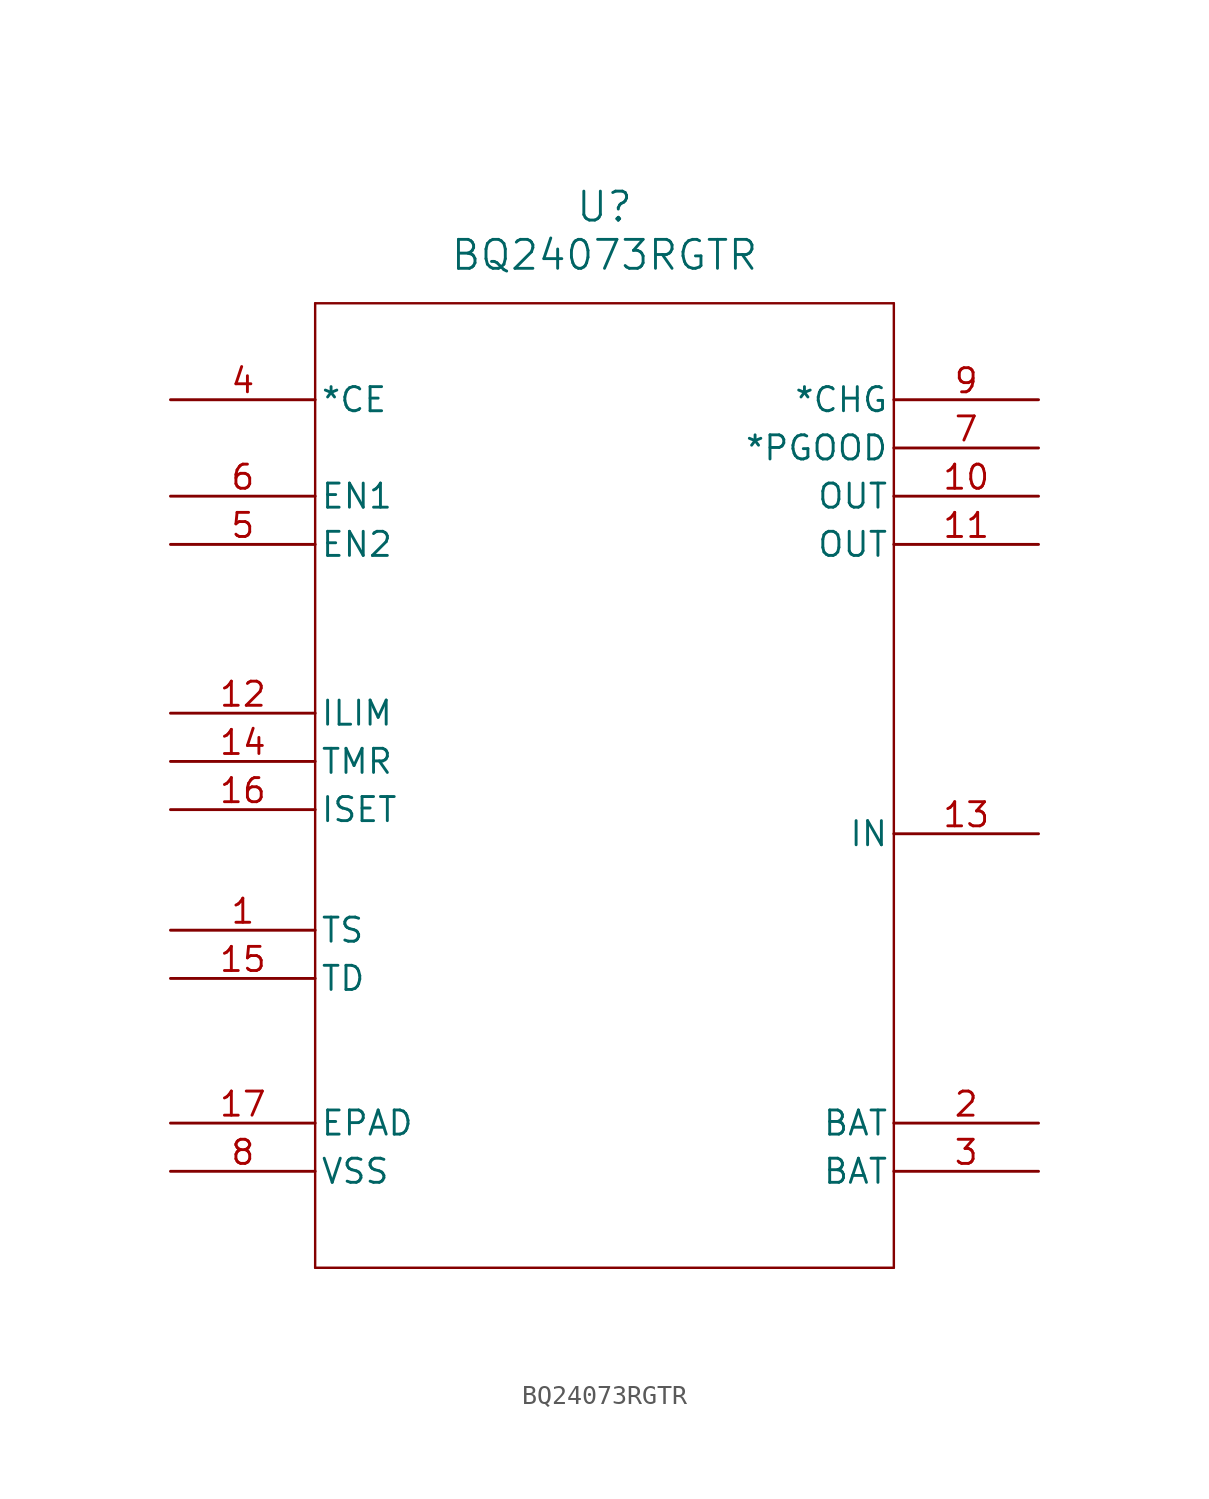
<source format=kicad_sym>
(kicad_symbol_lib
  (version 20241209)
  (generator "kicad_symbol_editor")
  (generator_version "9.0")
  (symbol "BQ24073RGTR"
    (pin_names
      (offset 0.254))
    (property "Reference" "U"
      (at 22.86 10.16 0)
      (effects (font (size 1.524 1.524))))
    (property "Value" "BQ24073RGTR"
      (at 22.86 7.62 0)
      (effects (font (size 1.524 1.524))))
    (symbol "BQ24073RGTR_0_1"
      (polyline (pts (xy 7.62 5.08) (xy 7.62 -45.72)) (stroke (width 0.127) (type default)) (fill (type none)))
      (polyline (pts (xy 7.62 -45.72) (xy 38.1 -45.72)) (stroke (width 0.127) (type default)) (fill (type none)))
      (polyline (pts (xy 38.1 5.08) (xy 7.62 5.08)) (stroke (width 0.127) (type default)) (fill (type none)))
      (polyline (pts (xy 38.1 -45.72) (xy 38.1 5.08)) (stroke (width 0.127) (type default)) (fill (type none)))
      (pin input line (at 0 0 0) (length 7.62) (name "*CE" (effects (font (size 1.27 1.27)))) (number "4" (effects (font (size 1.27 1.27)))))
      (pin input line (at 0 -5.08 0) (length 7.62) (name "EN1" (effects (font (size 1.27 1.27)))) (number "6" (effects (font (size 1.27 1.27)))))
      (pin input line (at 0 -7.62 0) (length 7.62) (name "EN2" (effects (font (size 1.27 1.27)))) (number "5" (effects (font (size 1.27 1.27)))))
      (pin input line (at 0 -16.51 0) (length 7.62) (name "ILIM" (effects (font (size 1.27 1.27)))) (number "12" (effects (font (size 1.27 1.27)))))
      (pin input line (at 0 -19.05 0) (length 7.62) (name "TMR" (effects (font (size 1.27 1.27)))) (number "14" (effects (font (size 1.27 1.27)))))
      (pin bidirectional line (at 0 -21.59 0) (length 7.62) (name "ISET" (effects (font (size 1.27 1.27)))) (number "16" (effects (font (size 1.27 1.27)))))
      (pin input line (at 0 -27.94 0) (length 7.62) (name "TS" (effects (font (size 1.27 1.27)))) (number "1" (effects (font (size 1.27 1.27)))))
      (pin input line (at 0 -30.48 0) (length 7.62) (name "TD" (effects (font (size 1.27 1.27)))) (number "15" (effects (font (size 1.27 1.27)))))
      (pin power_out line (at 0 -38.1 0) (length 7.62) (name "EPAD" (effects (font (size 1.27 1.27)))) (number "17" (effects (font (size 1.27 1.27)))))
      (pin power_out line (at 0 -40.64 0) (length 7.62) (name "VSS" (effects (font (size 1.27 1.27)))) (number "8" (effects (font (size 1.27 1.27)))))
      (pin output line (at 45.72 0 180) (length 7.62) (name "*CHG" (effects (font (size 1.27 1.27)))) (number "9" (effects (font (size 1.27 1.27)))))
      (pin output line (at 45.72 -2.54 180) (length 7.62) (name "*PGOOD" (effects (font (size 1.27 1.27)))) (number "7" (effects (font (size 1.27 1.27)))))
      (pin power_out line (at 45.72 -7.62 180) (length 7.62) (name "OUT" (effects (font (size 1.27 1.27)))) (number "11" (effects (font (size 1.27 1.27)))))
      (pin power_out line (at 45.72 -22.86 180) (length 7.62) (name "IN" (effects (font (size 1.27 1.27)))) (number "13" (effects (font (size 1.27 1.27)))))
      (pin power_out line (at 45.72 -38.1 180) (length 7.62) (name "BAT" (effects (font (size 1.27 1.27)))) (number "2" (effects (font (size 1.27 1.27)))))
      (pin power_out line (at 45.72 -40.64 180) (length 7.62) (name "BAT" (effects (font (size 1.27 1.27)))) (number "3" (effects (font (size 1.27 1.27))))))
    (symbol "BQ24073RGTR_1_1"
      (pin power_out line (at 45.72 -5.08 180) (length 7.62) (name "OUT" (effects (font (size 1.27 1.27)))) (number "10" (effects (font (size 1.27 1.27))))))))
</source>
